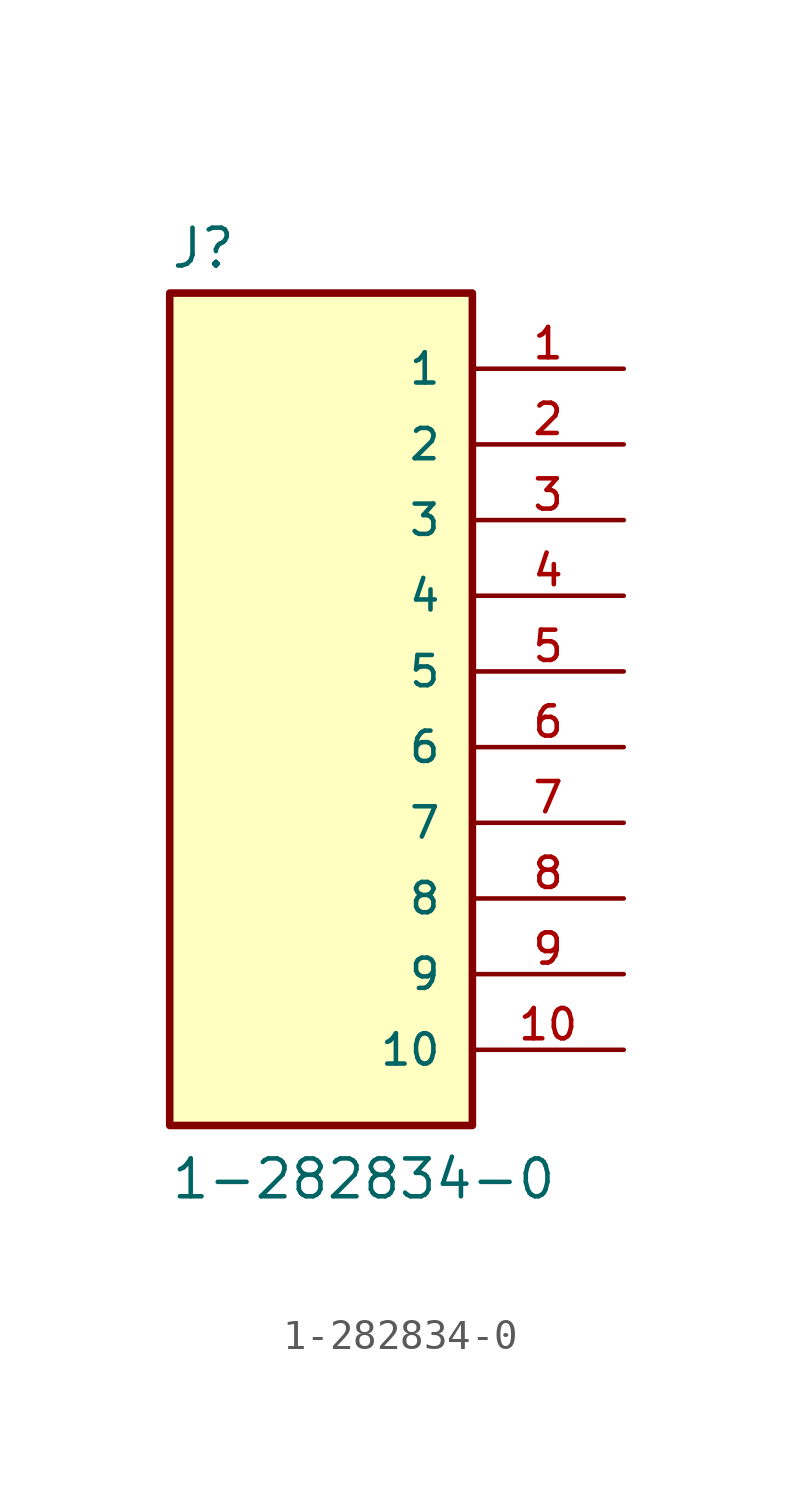
<source format=kicad_sym>
(kicad_symbol_lib
  (version 20211014)
  (generator kicad_symbol_editor)
  (symbol "1-282834-0"
    (pin_names
      (offset 1.016))
    (property "Reference" "J"
      (at -7.62 16.002 0)
      (effects (font (size 1.27 1.27)) (justify bottom left)))
    (property "Value" "1-282834-0"
      (at -7.62 -15.24 0)
      (effects (font (size 1.27 1.27)) (justify bottom left)))
    (symbol "1-282834-0_0_0"
      (rectangle (start -7.62 -12.7) (end 2.54 15.24) (stroke (width 0.254)) (fill (type background)))
      (pin passive line (at 7.62 12.7 180.0) (length 5.08) (name "1" (effects (font (size 1.016 1.016)))) (number "1" (effects (font (size 1.016 1.016)))))
      (pin passive line (at 7.62 10.16 180.0) (length 5.08) (name "2" (effects (font (size 1.016 1.016)))) (number "2" (effects (font (size 1.016 1.016)))))
      (pin passive line (at 7.62 7.62 180.0) (length 5.08) (name "3" (effects (font (size 1.016 1.016)))) (number "3" (effects (font (size 1.016 1.016)))))
      (pin passive line (at 7.62 5.08 180.0) (length 5.08) (name "4" (effects (font (size 1.016 1.016)))) (number "4" (effects (font (size 1.016 1.016)))))
      (pin passive line (at 7.62 2.54 180.0) (length 5.08) (name "5" (effects (font (size 1.016 1.016)))) (number "5" (effects (font (size 1.016 1.016)))))
      (pin passive line (at 7.62 0.0 180.0) (length 5.08) (name "6" (effects (font (size 1.016 1.016)))) (number "6" (effects (font (size 1.016 1.016)))))
      (pin passive line (at 7.62 -2.54 180.0) (length 5.08) (name "7" (effects (font (size 1.016 1.016)))) (number "7" (effects (font (size 1.016 1.016)))))
      (pin passive line (at 7.62 -5.08 180.0) (length 5.08) (name "8" (effects (font (size 1.016 1.016)))) (number "8" (effects (font (size 1.016 1.016)))))
      (pin passive line (at 7.62 -7.62 180.0) (length 5.08) (name "9" (effects (font (size 1.016 1.016)))) (number "9" (effects (font (size 1.016 1.016)))))
      (pin passive line (at 7.62 -10.16 180.0) (length 5.08) (name "10" (effects (font (size 1.016 1.016)))) (number "10" (effects (font (size 1.016 1.016))))))))
</source>
